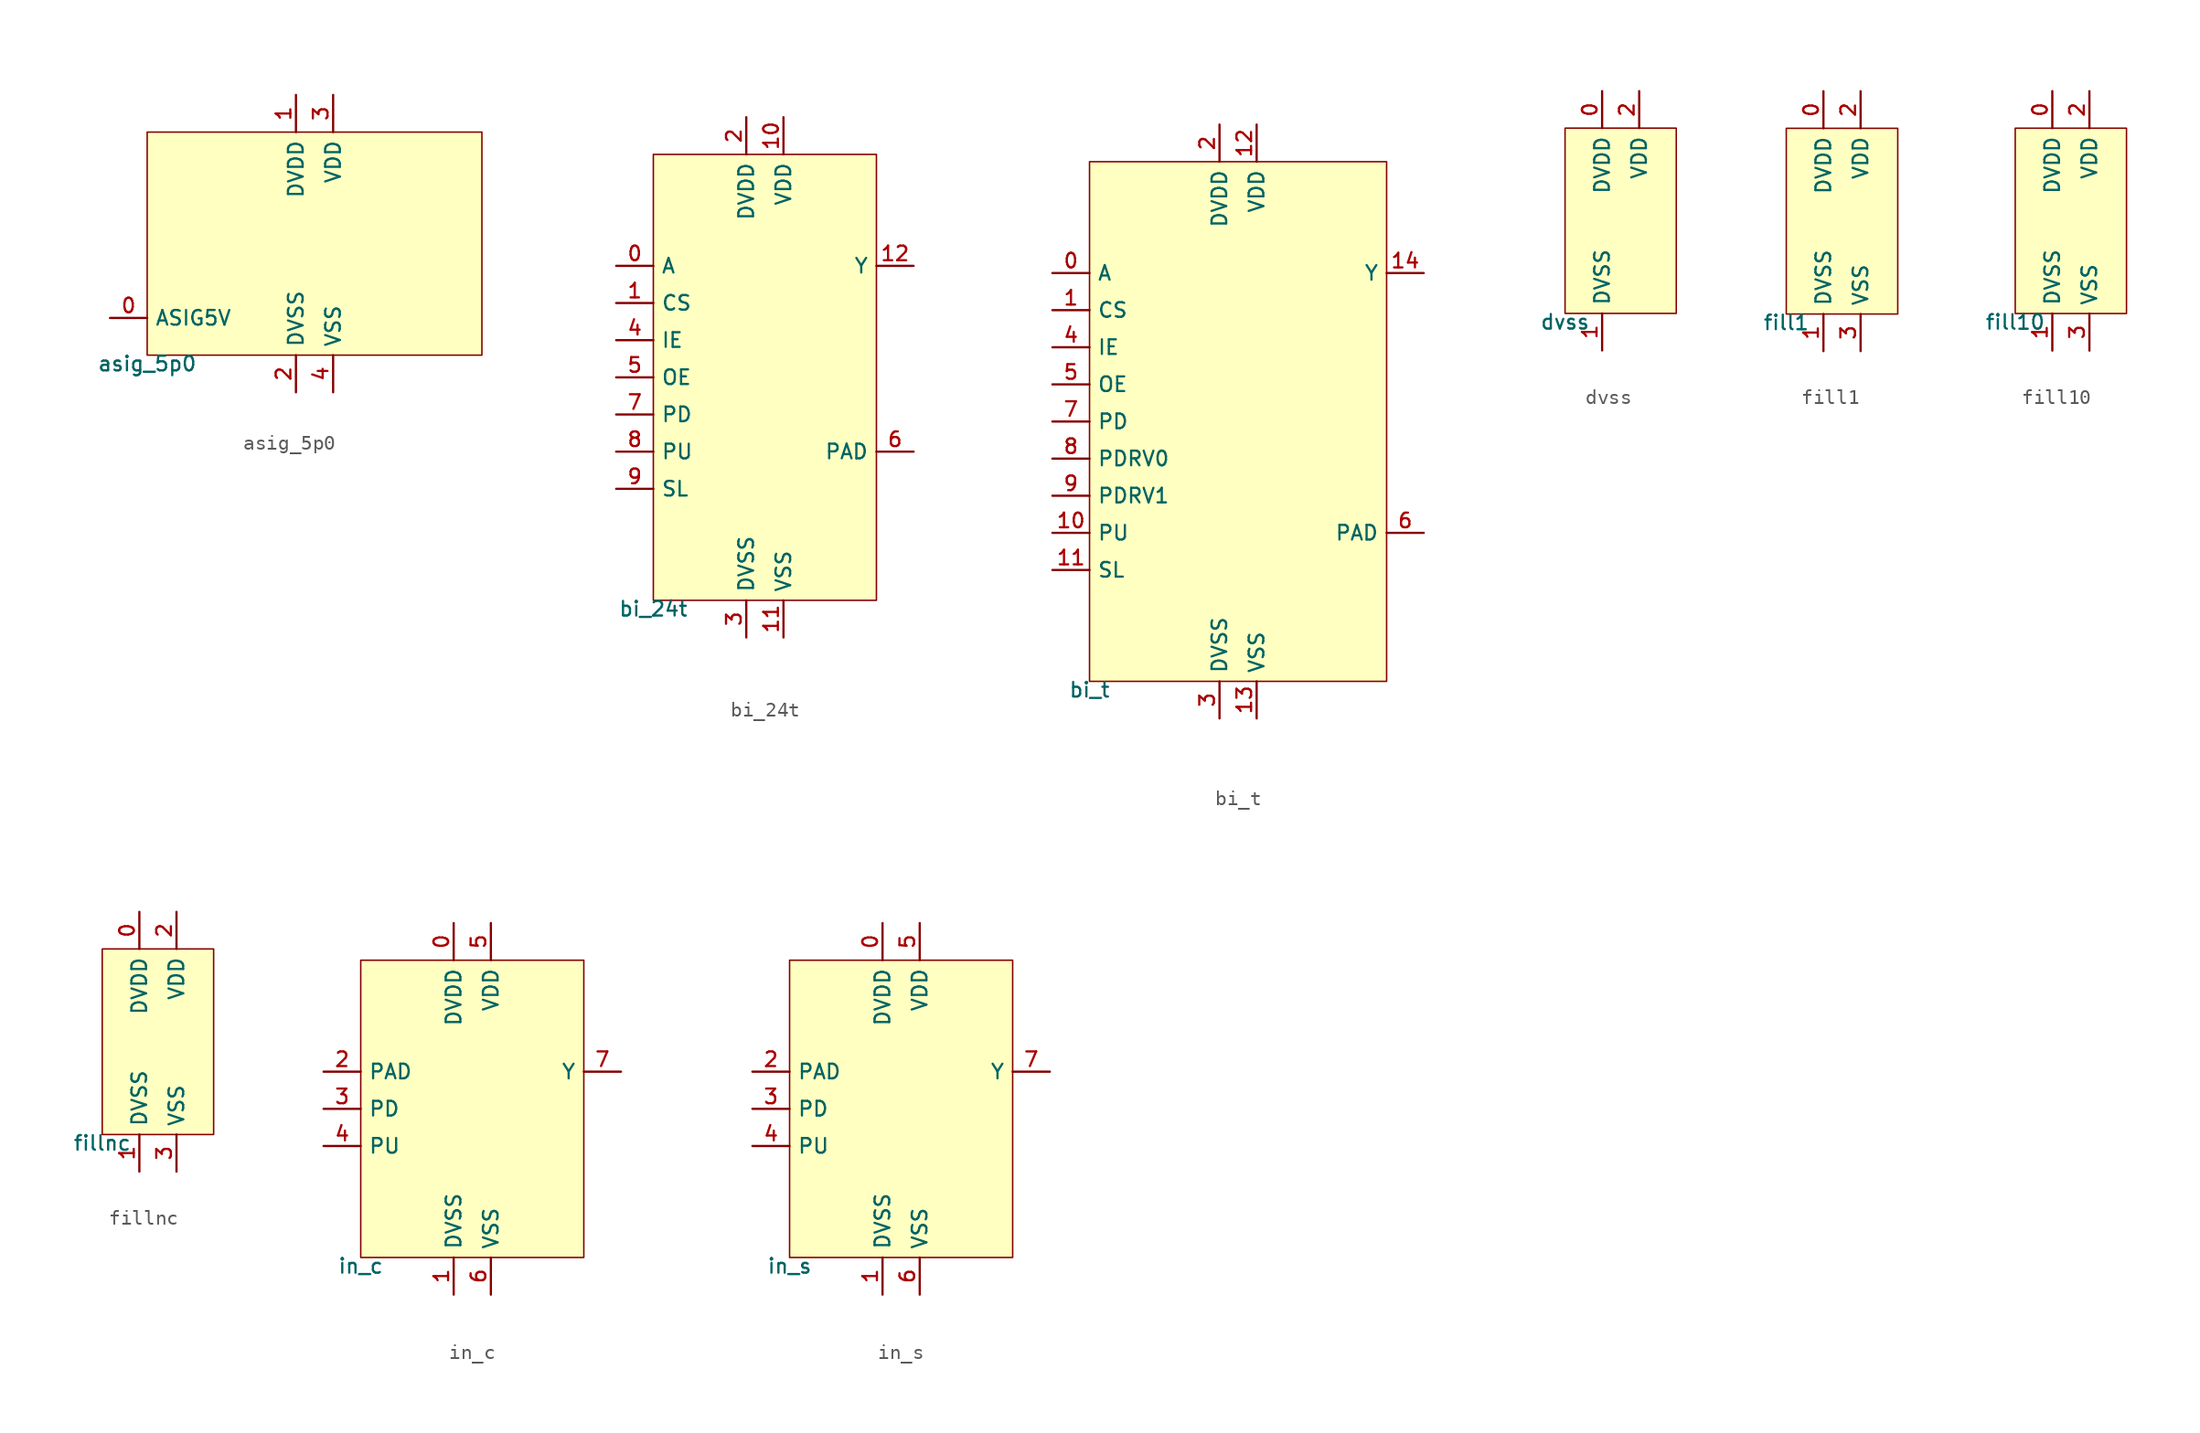
<source format=kicad_sym>
(kicad_symbol_lib
  (version 20211014)
  (generator pdk2kicad)
  (symbol "asig_5p0"
    (property "Reference" "X"
      (at 0 0 0)
      (effects (font (size 1 1)) hide))
    (property "Value" "asig_5p0"
      (at -11.43 -7.62 0)
      (effects (font (size 1 1)) (justify top)))
    (rectangle
      (start -11.43 -7.62)
      (end 11.43 7.62)
      (stroke (width 0.1) (type solid) (color 0 0 0 0))
      (fill (type background)))
    (pin bidirectional line
      (at -13.97 -5.08 0)
      (length 2.54)
      (name "ASIG5V" (effects (font (size 1 1)) hide))
      (number "0" (effects (font (size 1 1)) hide)))
    (pin power_in line
      (at -1.27 10.16 270)
      (length 2.54)
      (name "DVDD" (effects (font (size 1 1)) hide))
      (number "1" (effects (font (size 1 1)) hide)))
    (pin power_in line
      (at -1.27 -10.16 90)
      (length 2.54)
      (name "DVSS" (effects (font (size 1 1)) hide))
      (number "2" (effects (font (size 1 1)) hide)))
    (pin power_in line
      (at 1.27 10.16 270)
      (length 2.54)
      (name "VDD" (effects (font (size 1 1)) hide))
      (number "3" (effects (font (size 1 1)) hide)))
    (pin power_in line
      (at 1.27 -10.16 90)
      (length 2.54)
      (name "VSS" (effects (font (size 1 1)) hide))
      (number "4" (effects (font (size 1 1)) hide))))
  (symbol "bi_24t"
    (property "Reference" "X"
      (at 0 0 0)
      (effects (font (size 1 1)) hide))
    (property "Value" "bi_24t"
      (at -7.62 -15.24 0)
      (effects (font (size 1 1)) (justify top)))
    (rectangle
      (start -7.62 -15.24)
      (end 7.62 15.24)
      (stroke (width 0.1) (type solid) (color 0 0 0 0))
      (fill (type background)))
    (pin input line
      (at -10.16 7.62 0)
      (length 2.54)
      (name "A" (effects (font (size 1 1)) hide))
      (number "0" (effects (font (size 1 1)) hide)))
    (pin input line
      (at -10.16 5.08 0)
      (length 2.54)
      (name "CS" (effects (font (size 1 1)) hide))
      (number "1" (effects (font (size 1 1)) hide)))
    (pin power_in line
      (at -1.27 17.78 270)
      (length 2.54)
      (name "DVDD" (effects (font (size 1 1)) hide))
      (number "2" (effects (font (size 1 1)) hide)))
    (pin power_in line
      (at -1.27 -17.78 90)
      (length 2.54)
      (name "DVSS" (effects (font (size 1 1)) hide))
      (number "3" (effects (font (size 1 1)) hide)))
    (pin input line
      (at -10.16 2.54 0)
      (length 2.54)
      (name "IE" (effects (font (size 1 1)) hide))
      (number "4" (effects (font (size 1 1)) hide)))
    (pin input line
      (at -10.16 0.0 0)
      (length 2.54)
      (name "OE" (effects (font (size 1 1)) hide))
      (number "5" (effects (font (size 1 1)) hide)))
    (pin bidirectional line
      (at 10.16 -5.08 180)
      (length 2.54)
      (name "PAD" (effects (font (size 1 1)) hide))
      (number "6" (effects (font (size 1 1)) hide)))
    (pin input line
      (at -10.16 -2.54 0)
      (length 2.54)
      (name "PD" (effects (font (size 1 1)) hide))
      (number "7" (effects (font (size 1 1)) hide)))
    (pin input line
      (at -10.16 -5.08 0)
      (length 2.54)
      (name "PU" (effects (font (size 1 1)) hide))
      (number "8" (effects (font (size 1 1)) hide)))
    (pin input line
      (at -10.16 -7.62 0)
      (length 2.54)
      (name "SL" (effects (font (size 1 1)) hide))
      (number "9" (effects (font (size 1 1)) hide)))
    (pin power_in line
      (at 1.27 17.78 270)
      (length 2.54)
      (name "VDD" (effects (font (size 1 1)) hide))
      (number "10" (effects (font (size 1 1)) hide)))
    (pin power_in line
      (at 1.27 -17.78 90)
      (length 2.54)
      (name "VSS" (effects (font (size 1 1)) hide))
      (number "11" (effects (font (size 1 1)) hide)))
    (pin output line
      (at 10.16 7.62 180)
      (length 2.54)
      (name "Y" (effects (font (size 1 1)) hide))
      (number "12" (effects (font (size 1 1)) hide))))
  (symbol "bi_t"
    (property "Reference" "X"
      (at 0 0 0)
      (effects (font (size 1 1)) hide))
    (property "Value" "bi_t"
      (at -10.16 -17.78 0)
      (effects (font (size 1 1)) (justify top)))
    (rectangle
      (start -10.16 -17.78)
      (end 10.16 17.78)
      (stroke (width 0.1) (type solid) (color 0 0 0 0))
      (fill (type background)))
    (pin input line
      (at -12.7 10.16 0)
      (length 2.54)
      (name "A" (effects (font (size 1 1)) hide))
      (number "0" (effects (font (size 1 1)) hide)))
    (pin input line
      (at -12.7 7.62 0)
      (length 2.54)
      (name "CS" (effects (font (size 1 1)) hide))
      (number "1" (effects (font (size 1 1)) hide)))
    (pin power_in line
      (at -1.27 20.32 270)
      (length 2.54)
      (name "DVDD" (effects (font (size 1 1)) hide))
      (number "2" (effects (font (size 1 1)) hide)))
    (pin power_in line
      (at -1.27 -20.32 90)
      (length 2.54)
      (name "DVSS" (effects (font (size 1 1)) hide))
      (number "3" (effects (font (size 1 1)) hide)))
    (pin input line
      (at -12.7 5.08 0)
      (length 2.54)
      (name "IE" (effects (font (size 1 1)) hide))
      (number "4" (effects (font (size 1 1)) hide)))
    (pin input line
      (at -12.7 2.54 0)
      (length 2.54)
      (name "OE" (effects (font (size 1 1)) hide))
      (number "5" (effects (font (size 1 1)) hide)))
    (pin bidirectional line
      (at 12.7 -7.62 180)
      (length 2.54)
      (name "PAD" (effects (font (size 1 1)) hide))
      (number "6" (effects (font (size 1 1)) hide)))
    (pin input line
      (at -12.7 1.7763568394002505e-15 0)
      (length 2.54)
      (name "PD" (effects (font (size 1 1)) hide))
      (number "7" (effects (font (size 1 1)) hide)))
    (pin input line
      (at -12.7 -2.54 0)
      (length 2.54)
      (name "PDRV0" (effects (font (size 1 1)) hide))
      (number "8" (effects (font (size 1 1)) hide)))
    (pin input line
      (at -12.7 -5.08 0)
      (length 2.54)
      (name "PDRV1" (effects (font (size 1 1)) hide))
      (number "9" (effects (font (size 1 1)) hide)))
    (pin input line
      (at -12.7 -7.62 0)
      (length 2.54)
      (name "PU" (effects (font (size 1 1)) hide))
      (number "10" (effects (font (size 1 1)) hide)))
    (pin input line
      (at -12.7 -10.16 0)
      (length 2.54)
      (name "SL" (effects (font (size 1 1)) hide))
      (number "11" (effects (font (size 1 1)) hide)))
    (pin power_in line
      (at 1.27 20.32 270)
      (length 2.54)
      (name "VDD" (effects (font (size 1 1)) hide))
      (number "12" (effects (font (size 1 1)) hide)))
    (pin power_in line
      (at 1.27 -20.32 90)
      (length 2.54)
      (name "VSS" (effects (font (size 1 1)) hide))
      (number "13" (effects (font (size 1 1)) hide)))
    (pin output line
      (at 12.7 10.16 180)
      (length 2.54)
      (name "Y" (effects (font (size 1 1)) hide))
      (number "14" (effects (font (size 1 1)) hide))))
  (symbol "dvss"
    (property "Reference" "X"
      (at 0 0 0)
      (effects (font (size 1 1)) hide))
    (property "Value" "dvss"
      (at -3.81 -6.35 0)
      (effects (font (size 1 1)) (justify top)))
    (rectangle
      (start -3.81 -6.35)
      (end 3.81 6.35)
      (stroke (width 0.1) (type solid) (color 0 0 0 0))
      (fill (type background)))
    (pin power_in line
      (at -1.27 8.89 270)
      (length 2.54)
      (name "DVDD" (effects (font (size 1 1)) hide))
      (number "0" (effects (font (size 1 1)) hide)))
    (pin power_in line
      (at -1.27 -8.89 90)
      (length 2.54)
      (name "DVSS" (effects (font (size 1 1)) hide))
      (number "1" (effects (font (size 1 1)) hide)))
    (pin power_in line
      (at 1.27 8.89 270)
      (length 2.54)
      (name "VDD" (effects (font (size 1 1)) hide))
      (number "2" (effects (font (size 1 1)) hide))))
  (symbol "fill1"
    (property "Reference" "X"
      (at 0 0 0)
      (effects (font (size 1 1)) hide))
    (property "Value" "fill1"
      (at -3.81 -6.35 0)
      (effects (font (size 1 1)) (justify top)))
    (rectangle
      (start -3.81 -6.35)
      (end 3.81 6.35)
      (stroke (width 0.1) (type solid) (color 0 0 0 0))
      (fill (type background)))
    (pin power_in line
      (at -1.27 8.89 270)
      (length 2.54)
      (name "DVDD" (effects (font (size 1 1)) hide))
      (number "0" (effects (font (size 1 1)) hide)))
    (pin power_in line
      (at -1.27 -8.89 90)
      (length 2.54)
      (name "DVSS" (effects (font (size 1 1)) hide))
      (number "1" (effects (font (size 1 1)) hide)))
    (pin power_in line
      (at 1.27 8.89 270)
      (length 2.54)
      (name "VDD" (effects (font (size 1 1)) hide))
      (number "2" (effects (font (size 1 1)) hide)))
    (pin power_in line
      (at 1.27 -8.89 90)
      (length 2.54)
      (name "VSS" (effects (font (size 1 1)) hide))
      (number "3" (effects (font (size 1 1)) hide))))
  (symbol "fill10"
    (property "Reference" "X"
      (at 0 0 0)
      (effects (font (size 1 1)) hide))
    (property "Value" "fill10"
      (at -3.81 -6.35 0)
      (effects (font (size 1 1)) (justify top)))
    (rectangle
      (start -3.81 -6.35)
      (end 3.81 6.35)
      (stroke (width 0.1) (type solid) (color 0 0 0 0))
      (fill (type background)))
    (pin power_in line
      (at -1.27 8.89 270)
      (length 2.54)
      (name "DVDD" (effects (font (size 1 1)) hide))
      (number "0" (effects (font (size 1 1)) hide)))
    (pin power_in line
      (at -1.27 -8.89 90)
      (length 2.54)
      (name "DVSS" (effects (font (size 1 1)) hide))
      (number "1" (effects (font (size 1 1)) hide)))
    (pin power_in line
      (at 1.27 8.89 270)
      (length 2.54)
      (name "VDD" (effects (font (size 1 1)) hide))
      (number "2" (effects (font (size 1 1)) hide)))
    (pin power_in line
      (at 1.27 -8.89 90)
      (length 2.54)
      (name "VSS" (effects (font (size 1 1)) hide))
      (number "3" (effects (font (size 1 1)) hide))))
  (symbol "fillnc"
    (property "Reference" "X"
      (at 0 0 0)
      (effects (font (size 1 1)) hide))
    (property "Value" "fillnc"
      (at -3.81 -6.35 0)
      (effects (font (size 1 1)) (justify top)))
    (rectangle
      (start -3.81 -6.35)
      (end 3.81 6.35)
      (stroke (width 0.1) (type solid) (color 0 0 0 0))
      (fill (type background)))
    (pin power_in line
      (at -1.27 8.89 270)
      (length 2.54)
      (name "DVDD" (effects (font (size 1 1)) hide))
      (number "0" (effects (font (size 1 1)) hide)))
    (pin power_in line
      (at -1.27 -8.89 90)
      (length 2.54)
      (name "DVSS" (effects (font (size 1 1)) hide))
      (number "1" (effects (font (size 1 1)) hide)))
    (pin power_in line
      (at 1.27 8.89 270)
      (length 2.54)
      (name "VDD" (effects (font (size 1 1)) hide))
      (number "2" (effects (font (size 1 1)) hide)))
    (pin power_in line
      (at 1.27 -8.89 90)
      (length 2.54)
      (name "VSS" (effects (font (size 1 1)) hide))
      (number "3" (effects (font (size 1 1)) hide))))
  (symbol "in_c"
    (property "Reference" "X"
      (at 0 0 0)
      (effects (font (size 1 1)) hide))
    (property "Value" "in_c"
      (at -7.62 -10.16 0)
      (effects (font (size 1 1)) (justify top)))
    (rectangle
      (start -7.62 -10.16)
      (end 7.62 10.16)
      (stroke (width 0.1) (type solid) (color 0 0 0 0))
      (fill (type background)))
    (pin power_in line
      (at -1.27 12.7 270)
      (length 2.54)
      (name "DVDD" (effects (font (size 1 1)) hide))
      (number "0" (effects (font (size 1 1)) hide)))
    (pin power_in line
      (at -1.27 -12.7 90)
      (length 2.54)
      (name "DVSS" (effects (font (size 1 1)) hide))
      (number "1" (effects (font (size 1 1)) hide)))
    (pin input line
      (at -10.16 2.54 0)
      (length 2.54)
      (name "PAD" (effects (font (size 1 1)) hide))
      (number "2" (effects (font (size 1 1)) hide)))
    (pin input line
      (at -10.16 0.0 0)
      (length 2.54)
      (name "PD" (effects (font (size 1 1)) hide))
      (number "3" (effects (font (size 1 1)) hide)))
    (pin input line
      (at -10.16 -2.54 0)
      (length 2.54)
      (name "PU" (effects (font (size 1 1)) hide))
      (number "4" (effects (font (size 1 1)) hide)))
    (pin power_in line
      (at 1.27 12.7 270)
      (length 2.54)
      (name "VDD" (effects (font (size 1 1)) hide))
      (number "5" (effects (font (size 1 1)) hide)))
    (pin power_in line
      (at 1.27 -12.7 90)
      (length 2.54)
      (name "VSS" (effects (font (size 1 1)) hide))
      (number "6" (effects (font (size 1 1)) hide)))
    (pin output line
      (at 10.16 2.54 180)
      (length 2.54)
      (name "Y" (effects (font (size 1 1)) hide))
      (number "7" (effects (font (size 1 1)) hide))))
  (symbol "in_s"
    (property "Reference" "X"
      (at 0 0 0)
      (effects (font (size 1 1)) hide))
    (property "Value" "in_s"
      (at -7.62 -10.16 0)
      (effects (font (size 1 1)) (justify top)))
    (rectangle
      (start -7.62 -10.16)
      (end 7.62 10.16)
      (stroke (width 0.1) (type solid) (color 0 0 0 0))
      (fill (type background)))
    (pin power_in line
      (at -1.27 12.7 270)
      (length 2.54)
      (name "DVDD" (effects (font (size 1 1)) hide))
      (number "0" (effects (font (size 1 1)) hide)))
    (pin power_in line
      (at -1.27 -12.7 90)
      (length 2.54)
      (name "DVSS" (effects (font (size 1 1)) hide))
      (number "1" (effects (font (size 1 1)) hide)))
    (pin input line
      (at -10.16 2.54 0)
      (length 2.54)
      (name "PAD" (effects (font (size 1 1)) hide))
      (number "2" (effects (font (size 1 1)) hide)))
    (pin input line
      (at -10.16 0.0 0)
      (length 2.54)
      (name "PD" (effects (font (size 1 1)) hide))
      (number "3" (effects (font (size 1 1)) hide)))
    (pin input line
      (at -10.16 -2.54 0)
      (length 2.54)
      (name "PU" (effects (font (size 1 1)) hide))
      (number "4" (effects (font (size 1 1)) hide)))
    (pin power_in line
      (at 1.27 12.7 270)
      (length 2.54)
      (name "VDD" (effects (font (size 1 1)) hide))
      (number "5" (effects (font (size 1 1)) hide)))
    (pin power_in line
      (at 1.27 -12.7 90)
      (length 2.54)
      (name "VSS" (effects (font (size 1 1)) hide))
      (number "6" (effects (font (size 1 1)) hide)))
    (pin output line
      (at 10.16 2.54 180)
      (length 2.54)
      (name "Y" (effects (font (size 1 1)) hide))
      (number "7" (effects (font (size 1 1)) hide)))))
</source>
